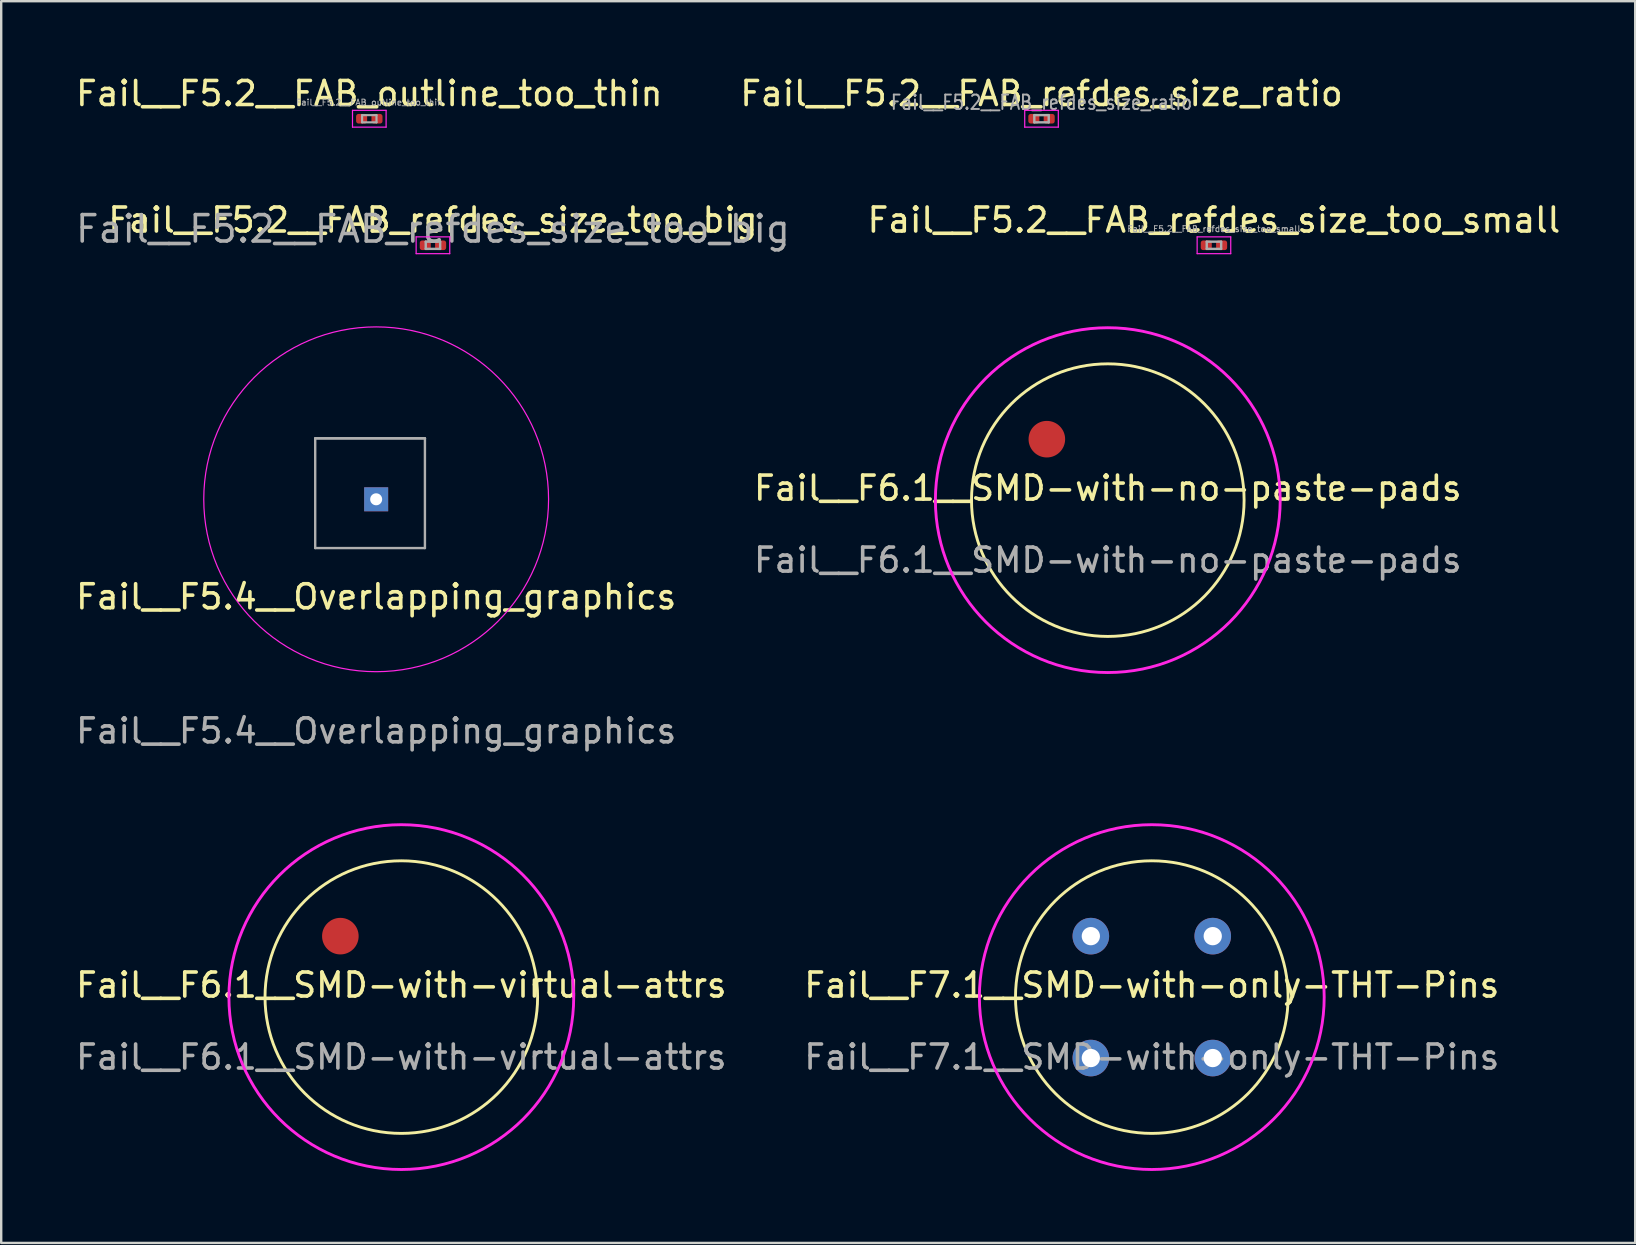
<source format=kicad_pcb>
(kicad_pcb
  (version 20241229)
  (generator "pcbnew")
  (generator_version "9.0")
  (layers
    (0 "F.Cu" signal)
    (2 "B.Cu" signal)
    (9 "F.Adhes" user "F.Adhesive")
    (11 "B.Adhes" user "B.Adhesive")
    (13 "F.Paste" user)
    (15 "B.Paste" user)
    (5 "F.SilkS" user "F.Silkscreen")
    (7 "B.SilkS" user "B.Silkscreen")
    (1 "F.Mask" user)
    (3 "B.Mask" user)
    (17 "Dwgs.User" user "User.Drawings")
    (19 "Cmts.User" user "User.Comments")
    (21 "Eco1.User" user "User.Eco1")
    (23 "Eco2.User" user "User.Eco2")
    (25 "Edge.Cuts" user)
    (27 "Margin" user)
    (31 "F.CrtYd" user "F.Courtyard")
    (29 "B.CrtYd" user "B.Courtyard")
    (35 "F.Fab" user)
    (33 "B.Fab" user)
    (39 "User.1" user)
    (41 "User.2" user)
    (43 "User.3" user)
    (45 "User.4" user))
  (footprint "Fail__F5.2__FAB_refdes_size_too_big"
    (layer "F.Cu")
    (at 14.991 7.171)
    (property "Reference" "Fail__F5.2__FAB_refdes_size_too_big" (at 0 -1.05 0) (layer "F.SilkS") (effects (font (size 1 1) (thickness 0.15))))
    (attr smd)
    (fp_line (start -0.7 -0.35) (end 0.7 -0.35) (stroke (width 0.05) (type solid)) (layer "F.CrtYd"))
    (fp_line (start -0.7 0.35) (end -0.7 -0.35) (stroke (width 0.05) (type solid)) (layer "F.CrtYd"))
    (fp_line (start 0.7 -0.35) (end 0.7 0.35) (stroke (width 0.05) (type solid)) (layer "F.CrtYd"))
    (fp_line (start 0.7 0.35) (end -0.7 0.35) (stroke (width 0.05) (type solid)) (layer "F.CrtYd"))
    (fp_line (start -0.3 -0.15) (end 0.3 -0.15) (stroke (width 0.1) (type solid)) (layer "F.Fab"))
    (fp_line (start -0.3 0.15) (end -0.3 -0.15) (stroke (width 0.1) (type solid)) (layer "F.Fab"))
    (fp_line (start 0.3 -0.15) (end 0.3 0.15) (stroke (width 0.1) (type solid)) (layer "F.Fab"))
    (fp_line (start 0.3 0.15) (end -0.3 0.15) (stroke (width 0.1) (type solid)) (layer "F.Fab"))
    (fp_text user "${REFERENCE}" (at 0 -0.68 0) (layer "F.Fab") (effects (font (size 1.1 1.1) (thickness 0.15))))
    (pad "" smd roundrect (at -0.345 0) (size 0.318 0.36) (layers "F.Paste") (roundrect_rratio 0.25))
    (pad "" smd roundrect (at 0.345 0) (size 0.318 0.36) (layers "F.Paste") (roundrect_rratio 0.25))
    (pad "1" smd roundrect (at -0.32 0) (size 0.46 0.4) (layers "F.Cu" "F.Mask") (roundrect_rratio 0.25))
    (pad "2" smd roundrect (at 0.32 0) (size 0.46 0.4) (layers "F.Cu" "F.Mask") (roundrect_rratio 0.25)))
  (footprint "Fail__F5.2__FAB_outline_too_thin"
    (layer "F.Cu")
    (at 12.339 1.898)
    (property "Reference" "Fail__F5.2__FAB_outline_too_thin" (at 0 -1.05 0) (layer "F.SilkS") (effects (font (size 1 1) (thickness 0.15))))
    (attr smd)
    (fp_line (start -0.7 -0.35) (end 0.7 -0.35) (stroke (width 0.05) (type solid)) (layer "F.CrtYd"))
    (fp_line (start -0.7 0.35) (end -0.7 -0.35) (stroke (width 0.05) (type solid)) (layer "F.CrtYd"))
    (fp_line (start 0.7 -0.35) (end 0.7 0.35) (stroke (width 0.05) (type solid)) (layer "F.CrtYd"))
    (fp_line (start 0.7 0.35) (end -0.7 0.35) (stroke (width 0.05) (type solid)) (layer "F.CrtYd"))
    (fp_line (start -0.3 -0.15) (end 0.3 -0.15) (stroke (width 0.09) (type solid)) (layer "F.Fab"))
    (fp_line (start -0.3 0.15) (end -0.3 -0.15) (stroke (width 0.09) (type solid)) (layer "F.Fab"))
    (fp_line (start 0.3 -0.15) (end 0.3 0.15) (stroke (width 0.09) (type solid)) (layer "F.Fab"))
    (fp_line (start 0.3 0.15) (end -0.3 0.15) (stroke (width 0.09) (type solid)) (layer "F.Fab"))
    (fp_text user "${REFERENCE}" (at 0 -0.68 0) (layer "F.Fab") (effects (font (size 0.25 0.25) (thickness 0.04))))
    (pad "" smd roundrect (at -0.345 0) (size 0.318 0.36) (layers "F.Paste") (roundrect_rratio 0.25))
    (pad "" smd roundrect (at 0.345 0) (size 0.318 0.36) (layers "F.Paste") (roundrect_rratio 0.25))
    (pad "1" smd roundrect (at -0.32 0) (size 0.46 0.4) (layers "F.Cu" "F.Mask") (roundrect_rratio 0.25))
    (pad "2" smd roundrect (at 0.32 0) (size 0.46 0.4) (layers "F.Cu" "F.Mask") (roundrect_rratio 0.25)))
  (footprint "Fail__F5.4__Overlapping_graphics"
    (layer "F.Cu")
    (at 12.625 17.756)
    (property "Reference" "Fail__F5.4__Overlapping_graphics" (at 0 4.064 0) (unlocked yes) (layer "F.SilkS") (effects (font (size 1 1) (thickness 0.15))))
    (attr through_hole)
    (fp_circle (center 0 0) (end 5.08 -5.08) (stroke (width 0.05) (type solid)) (fill no) (layer "F.CrtYd"))
    (fp_line (start -2.54 -2.54) (end 2.032 -2.54) (stroke (width 0.1) (type default)) (layer "F.Fab"))
    (fp_line (start -2.54 -2.54) (end 2.032 -2.54) (stroke (width 0.1) (type default)) (layer "F.Fab"))
    (fp_line (start -2.54 2.032) (end -2.54 -2.54) (stroke (width 0.1) (type default)) (layer "F.Fab"))
    (fp_line (start 2.032 -2.54) (end 2.032 2.032) (stroke (width 0.1) (type default)) (layer "F.Fab"))
    (fp_line (start 2.032 2.032) (end -2.54 2.032) (stroke (width 0.1) (type default)) (layer "F.Fab"))
    (fp_text user "${REFERENCE}" (at 0 9.652 0) (unlocked yes) (layer "F.Fab") (effects (font (size 1 1) (thickness 0.15))))
    (pad "1" thru_hole rect (at 0 0) (size 1 1) (drill 0.5) (layers "*.Cu" "*.Mask")))
  (footprint "Fail__F6.1__SMD-with-no-paste-pads"
    (layer "F.Cu")
    (at 43.113 17.791)
    (property "Reference" "Fail__F6.1__SMD-with-no-paste-pads" (at 0 -0.5 0) (unlocked yes) (layer "F.SilkS") (effects (font (size 1 1) (thickness 0.15))))
    (attr smd)
    (fp_circle (center 0 0) (end 5.08 -2.54) (stroke (width 0.12) (type solid)) (fill no) (layer "F.SilkS"))
    (fp_circle (center 0 0) (end 5.08 -5.08) (stroke (width 0.12) (type solid)) (fill no) (layer "F.CrtYd"))
    (fp_text user "${REFERENCE}" (at 0 2.5 0) (unlocked yes) (layer "F.Fab") (effects (font (size 1 1) (thickness 0.15))))
    (pad "1" smd circle (at -2.54 -2.54) (size 1.524 1.524) (layers "F.Cu" "F.Mask")))
  (footprint "Fail__F7.1__SMD-with-only-THT-Pins"
    (layer "F.Cu")
    (at 44.946 38.5)
    (property "Reference" "Fail__F7.1__SMD-with-only-THT-Pins" (at 0 -0.5 0) (unlocked yes) (layer "F.SilkS") (effects (font (size 1 1) (thickness 0.15))))
    (attr smd)
    (fp_circle (center 0 0) (end 5.08 -2.54) (stroke (width 0.12) (type solid)) (fill no) (layer "F.SilkS"))
    (fp_circle (center 0 0) (end 5.08 -5.08) (stroke (width 0.12) (type solid)) (fill no) (layer "F.CrtYd"))
    (fp_text user "${REFERENCE}" (at 0 2.5 0) (unlocked yes) (layer "F.Fab") (effects (font (size 1 1) (thickness 0.15))))
    (pad "1" thru_hole circle (at -2.54 -2.54) (size 1.524 1.524) (drill 0.762) (layers "*.Cu" "*.Mask"))
    (pad "2" thru_hole circle (at 2.54 -2.54) (size 1.524 1.524) (drill 0.762) (layers "*.Cu" "*.Mask"))
    (pad "3" thru_hole circle (at 2.54 2.54) (size 1.524 1.524) (drill 0.762) (layers "*.Cu" "*.Mask"))
    (pad "4" thru_hole circle (at -2.54 2.54) (size 1.524 1.524) (drill 0.762) (layers "*.Cu" "*.Mask")))
  (footprint "Fail__F5.2__FAB_refdes_size_ratio"
    (layer "F.Cu")
    (at 40.351 1.898)
    (property "Reference" "Fail__F5.2__FAB_refdes_size_ratio" (at 0 -1.05 0) (layer "F.SilkS") (effects (font (size 1 1) (thickness 0.15))))
    (attr smd)
    (fp_line (start -0.7 -0.35) (end 0.7 -0.35) (stroke (width 0.05) (type solid)) (layer "F.CrtYd"))
    (fp_line (start -0.7 0.35) (end -0.7 -0.35) (stroke (width 0.05) (type solid)) (layer "F.CrtYd"))
    (fp_line (start 0.7 -0.35) (end 0.7 0.35) (stroke (width 0.05) (type solid)) (layer "F.CrtYd"))
    (fp_line (start 0.7 0.35) (end -0.7 0.35) (stroke (width 0.05) (type solid)) (layer "F.CrtYd"))
    (fp_line (start -0.3 -0.15) (end 0.3 -0.15) (stroke (width 0.1) (type solid)) (layer "F.Fab"))
    (fp_line (start -0.3 0.15) (end -0.3 -0.15) (stroke (width 0.1) (type solid)) (layer "F.Fab"))
    (fp_line (start 0.3 -0.15) (end 0.3 0.15) (stroke (width 0.1) (type solid)) (layer "F.Fab"))
    (fp_line (start 0.3 0.15) (end -0.3 0.15) (stroke (width 0.1) (type solid)) (layer "F.Fab"))
    (fp_text user "${REFERENCE}" (at 0 -0.68 0) (layer "F.Fab") (effects (font (size 0.6 0.5) (thickness 0.08))))
    (pad "" smd roundrect (at -0.345 0) (size 0.318 0.36) (layers "F.Paste") (roundrect_rratio 0.25))
    (pad "" smd roundrect (at 0.345 0) (size 0.318 0.36) (layers "F.Paste") (roundrect_rratio 0.25))
    (pad "1" smd roundrect (at -0.32 0) (size 0.46 0.4) (layers "F.Cu" "F.Mask") (roundrect_rratio 0.25))
    (pad "2" smd roundrect (at 0.32 0) (size 0.46 0.4) (layers "F.Cu" "F.Mask") (roundrect_rratio 0.25)))
  (footprint "Fail__F5.2__FAB_refdes_size_too_small"
    (layer "F.Cu")
    (at 47.536 7.171)
    (property "Reference" "Fail__F5.2__FAB_refdes_size_too_small" (at 0 -1.05 0) (layer "F.SilkS") (effects (font (size 1 1) (thickness 0.15))))
    (attr smd)
    (fp_line (start -0.7 -0.35) (end 0.7 -0.35) (stroke (width 0.05) (type solid)) (layer "F.CrtYd"))
    (fp_line (start -0.7 0.35) (end -0.7 -0.35) (stroke (width 0.05) (type solid)) (layer "F.CrtYd"))
    (fp_line (start 0.7 -0.35) (end 0.7 0.35) (stroke (width 0.05) (type solid)) (layer "F.CrtYd"))
    (fp_line (start 0.7 0.35) (end -0.7 0.35) (stroke (width 0.05) (type solid)) (layer "F.CrtYd"))
    (fp_line (start -0.3 -0.15) (end 0.3 -0.15) (stroke (width 0.1) (type solid)) (layer "F.Fab"))
    (fp_line (start -0.3 0.15) (end -0.3 -0.15) (stroke (width 0.1) (type solid)) (layer "F.Fab"))
    (fp_line (start 0.3 -0.15) (end 0.3 0.15) (stroke (width 0.1) (type solid)) (layer "F.Fab"))
    (fp_line (start 0.3 0.15) (end -0.3 0.15) (stroke (width 0.1) (type solid)) (layer "F.Fab"))
    (fp_text user "${REFERENCE}" (at 0 -0.68 0) (layer "F.Fab") (effects (font (size 0.25 0.25) (thickness 0.04))))
    (pad "" smd roundrect (at -0.345 0) (size 0.318 0.36) (layers "F.Paste") (roundrect_rratio 0.25))
    (pad "" smd roundrect (at 0.345 0) (size 0.318 0.36) (layers "F.Paste") (roundrect_rratio 0.25))
    (pad "1" smd roundrect (at -0.32 0) (size 0.46 0.4) (layers "F.Cu" "F.Mask") (roundrect_rratio 0.25))
    (pad "2" smd roundrect (at 0.32 0) (size 0.46 0.4) (layers "F.Cu" "F.Mask") (roundrect_rratio 0.25)))
  (footprint "Fail__F6.1__SMD-with-virtual-attrs"
    (layer "F.Cu")
    (at 13.673 38.5)
    (property "Reference" "Fail__F6.1__SMD-with-virtual-attrs" (at 0 -0.5 0) (unlocked yes) (layer "F.SilkS") (effects (font (size 1 1) (thickness 0.15))))
    (attr smd exclude_from_pos_files exclude_from_bom)
    (fp_circle (center 0 0) (end 5.08 -2.54) (stroke (width 0.12) (type solid)) (fill no) (layer "F.SilkS"))
    (fp_circle (center 0 0) (end 5.08 -5.08) (stroke (width 0.12) (type solid)) (fill no) (layer "F.CrtYd"))
    (fp_text user "${REFERENCE}" (at 0 2.5 0) (unlocked yes) (layer "F.Fab") (effects (font (size 1 1) (thickness 0.15))))
    (pad "1" smd circle (at -2.54 -2.54) (size 1.524 1.524) (layers "F.Cu" "F.Mask" "F.Paste")))
  (gr_rect
    (start -3 -3)
    (end 65.09 48.744)
    (stroke (width 0.1) (type default))
    (fill no)
    (layer "Edge.Cuts")))
</source>
